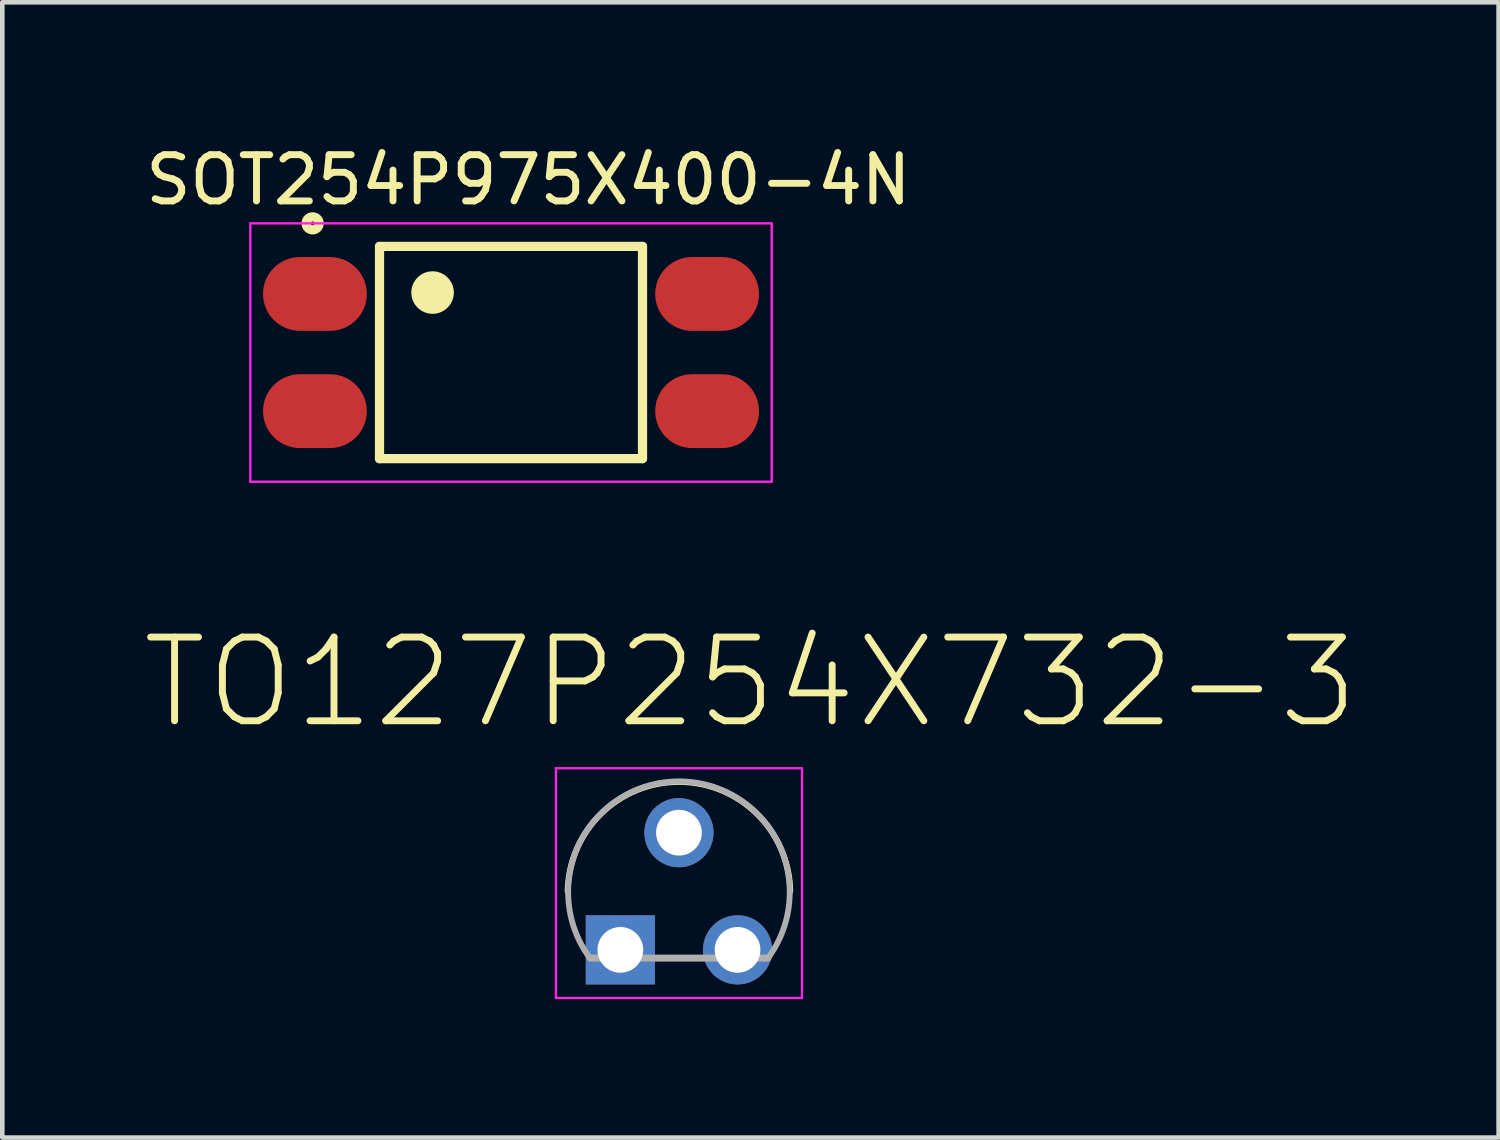
<source format=kicad_pcb>
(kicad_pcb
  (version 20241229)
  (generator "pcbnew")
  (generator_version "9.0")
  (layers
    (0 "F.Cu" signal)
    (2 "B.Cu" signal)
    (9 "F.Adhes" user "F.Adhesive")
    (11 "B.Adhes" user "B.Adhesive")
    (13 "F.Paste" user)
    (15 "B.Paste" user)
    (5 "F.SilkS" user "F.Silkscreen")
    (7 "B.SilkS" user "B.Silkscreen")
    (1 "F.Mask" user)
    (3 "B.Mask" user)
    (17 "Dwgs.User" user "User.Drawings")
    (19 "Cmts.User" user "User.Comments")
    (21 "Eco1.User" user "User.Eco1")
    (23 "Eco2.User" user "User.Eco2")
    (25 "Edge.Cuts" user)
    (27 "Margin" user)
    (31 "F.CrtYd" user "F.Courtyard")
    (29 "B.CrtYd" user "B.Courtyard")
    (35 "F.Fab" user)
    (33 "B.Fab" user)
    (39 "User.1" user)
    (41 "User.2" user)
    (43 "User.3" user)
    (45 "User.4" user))
  (footprint "SOT254P975X400-4N"
    (layer "F.Cu")
    (at 8.026 4.591)
    (property "Reference" "SOT254P975X400-4N" (at 0.376 -3.742 0) (layer "F.SilkS") (effects (font (size 1.002 1.002) (thickness 0.15))))
    (attr through_hole)
    (fp_line (start -2.85 -2.3) (end 2.85 -2.3) (stroke (width 0.2) (type solid)) (layer "F.SilkS"))
    (fp_line (start -2.85 2.3) (end -2.85 -2.3) (stroke (width 0.2) (type solid)) (layer "F.SilkS"))
    (fp_line (start 2.85 -2.3) (end 2.85 2.3) (stroke (width 0.2) (type solid)) (layer "F.SilkS"))
    (fp_line (start 2.85 2.3) (end -2.85 2.3) (stroke (width 0.2) (type solid)) (layer "F.SilkS"))
    (fp_circle (center -4.3 -2.8) (end -4.159 -2.8) (stroke (width 0.2) (type solid)) (fill no) (layer "F.SilkS"))
    (fp_circle (center -1.7 -1.3) (end -1.339 -1.3) (stroke (width 0.2) (type solid)) (fill no) (layer "F.SilkS"))
    (fp_poly (pts (xy -2.001 -1.6) (xy -1.4 -1.6) (xy -1.4 -1.001) (xy -2.001 -1.001)) (stroke (width 0.01) (type solid)) (fill yes) (layer "F.SilkS"))
    (fp_line (start -5.65 -2.8) (end 5.65 -2.8) (stroke (width 0.052) (type solid)) (layer "F.CrtYd"))
    (fp_line (start -5.65 2.8) (end -5.65 -2.8) (stroke (width 0.052) (type solid)) (layer "F.CrtYd"))
    (fp_line (start 5.65 -2.8) (end 5.65 2.8) (stroke (width 0.052) (type solid)) (layer "F.CrtYd"))
    (fp_line (start 5.65 2.8) (end -5.65 2.8) (stroke (width 0.052) (type solid)) (layer "F.CrtYd"))
    (pad "1" smd oval (at -4.25 -1.27) (size 2.25 1.6) (layers "F.Cu" "F.Mask" "F.Paste"))
    (pad "2" smd oval (at -4.25 1.27) (size 2.25 1.6) (layers "F.Cu" "F.Mask" "F.Paste"))
    (pad "3" smd oval (at 4.25 1.27) (size 2.25 1.6) (layers "F.Cu" "F.Mask" "F.Paste"))
    (pad "4" smd oval (at 4.25 -1.27) (size 2.25 1.6) (layers "F.Cu" "F.Mask" "F.Paste")))
  (footprint "TO127P254X732-3"
    (layer "F.Cu")
    (at 11.666 14.998)
    (property "Reference" "TO127P254X732-3" (at 1.55 -3.257 0) (layer "F.SilkS") (effects (font (size 1.814 1.814) (thickness 0.15))))
    (attr through_hole)
    (fp_arc (start -2.413 1.27) (mid 0 -1.101249) (end 2.413 1.27) (stroke (width 0.127) (type solid)) (layer "F.SilkS"))
    (fp_line (start -2.667 -1.397) (end 2.667 -1.397) (stroke (width 0.05) (type solid)) (layer "F.CrtYd"))
    (fp_line (start -2.667 3.583) (end -2.667 -1.397) (stroke (width 0.05) (type solid)) (layer "F.CrtYd"))
    (fp_line (start 2.667 -1.397) (end 2.667 3.583) (stroke (width 0.05) (type solid)) (layer "F.CrtYd"))
    (fp_line (start 2.667 3.583) (end -2.667 3.583) (stroke (width 0.05) (type solid)) (layer "F.CrtYd"))
    (fp_line (start -1.93 2.718) (end 1.93 2.718) (stroke (width 0.152) (type solid)) (layer "F.Fab"))
    (fp_arc (start -1.9304 2.7178) (mid 0 -1.112044) (end 1.9304 2.7178) (stroke (width 0.127) (type solid)) (layer "F.Fab"))
    (pad "1" thru_hole rect (at -1.27 2.54) (size 1.499 1.499) (drill 0.991) (layers "*.Cu" "*.Mask"))
    (pad "2" thru_hole circle (at 1.27 2.54) (size 1.499 1.499) (drill 0.991) (layers "*.Cu" "*.Mask"))
    (pad "3" thru_hole circle (at 0 0) (size 1.499 1.499) (drill 0.991) (layers "*.Cu" "*.Mask")))
  (gr_rect
    (start -3 -3)
    (end 29.432 21.606)
    (stroke (width 0.1) (type default))
    (fill no)
    (layer "Edge.Cuts")))
</source>
